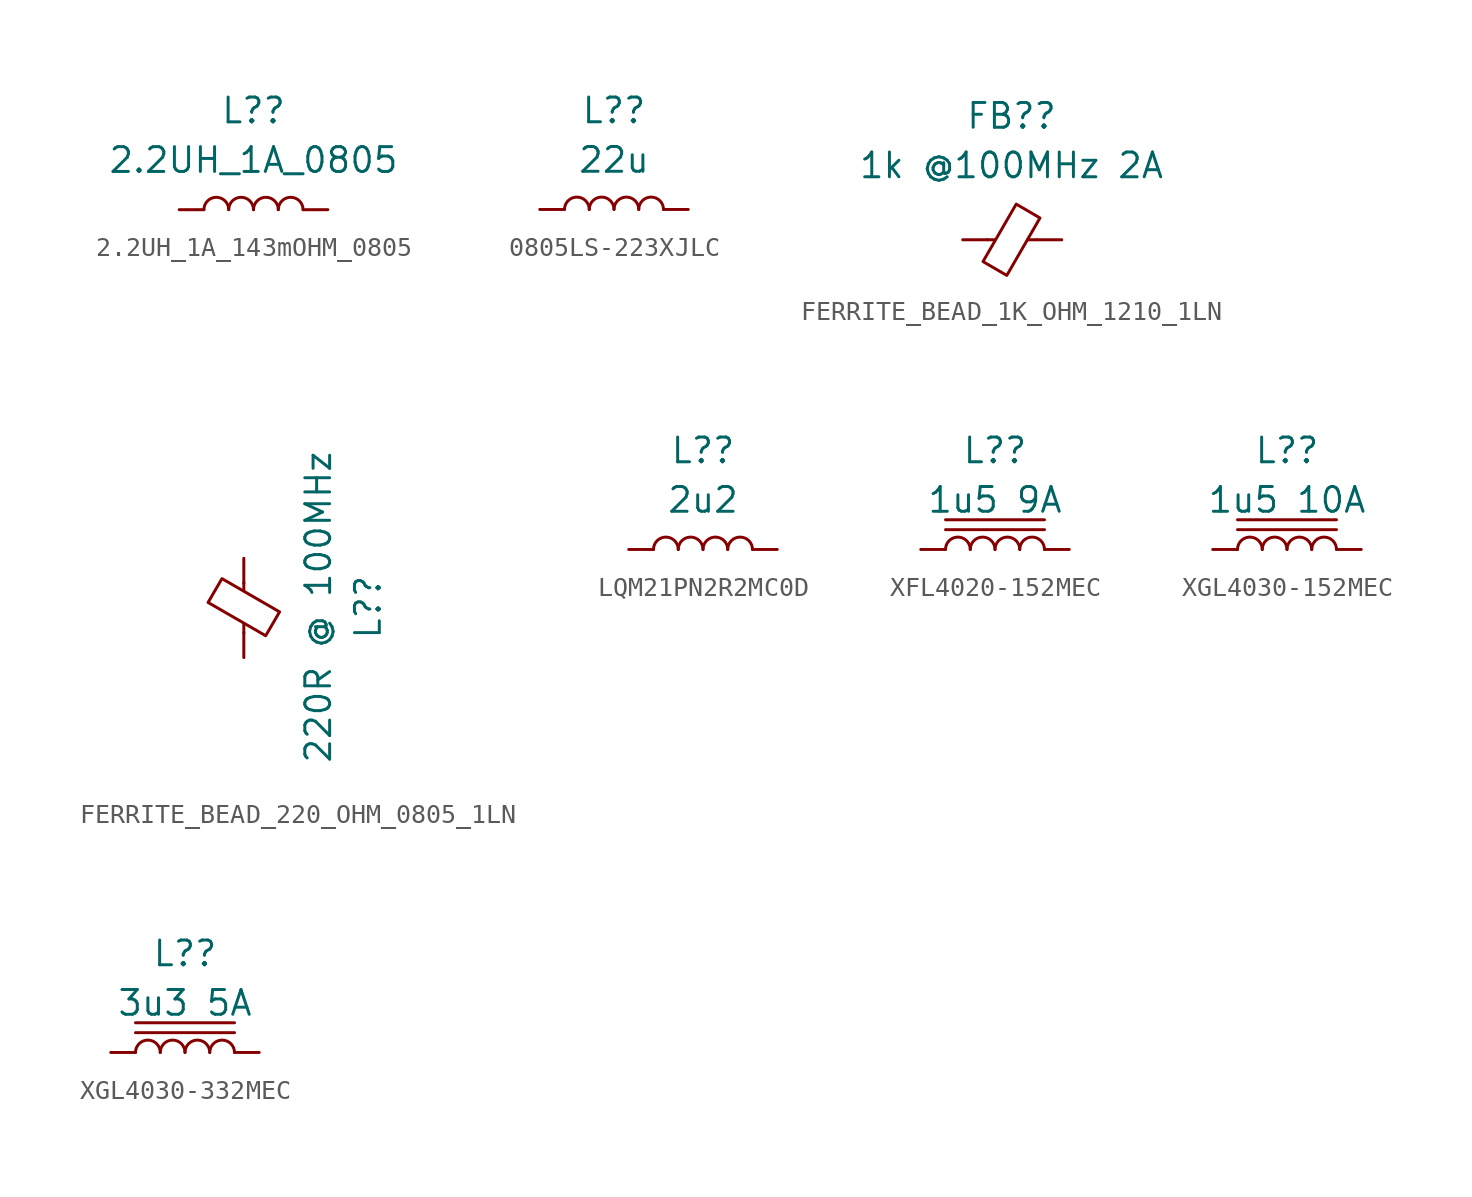
<source format=kicad_sym>
(kicad_symbol_lib
  (version 20220914)
  (generator kicad_symbol_editor)
  (symbol "2.2UH_1A_143mOHM_0805"
    (pin_numbers hide)
    (pin_names
      (offset 1.016) hide)
    (property "Reference" "L?"
      (at 0 5.08 0)
      (effects (font (size 1.27 1.27))))
    (property "Value" "2.2UH_1A_0805"
      (at 0 2.54 0)
      (effects (font (size 1.27 1.27))))
    (symbol "2.2UH_1A_143mOHM_0805_0_1"
      (arc (start -1.27 0) (mid -1.905 0.6323) (end -2.54 0) (stroke (width 0) (type default)) (fill (type none)))
      (arc (start 0 0) (mid -0.635 0.6323) (end -1.27 0) (stroke (width 0) (type default)) (fill (type none)))
      (arc (start 1.27 0) (mid 0.635 0.6323) (end 0 0) (stroke (width 0) (type default)) (fill (type none)))
      (arc (start 2.54 0) (mid 1.905 0.6323) (end 1.27 0) (stroke (width 0) (type default)) (fill (type none))))
    (symbol "2.2UH_1A_143mOHM_0805_1_1"
      (pin passive line (at -3.81 0 0) (length 1.27) (name "1" (effects (font (size 1.27 1.27)))) (number "1" (effects (font (size 1.27 1.27)))))
      (pin passive line (at 3.81 0 180) (length 1.27) (name "2" (effects (font (size 1.27 1.27)))) (number "2" (effects (font (size 1.27 1.27)))))))
  (symbol "0805LS-223XJLC"
    (pin_numbers hide)
    (pin_names
      (offset 1.016) hide)
    (property "Reference" "L?"
      (at 0 5.08 0)
      (effects (font (size 1.27 1.27))))
    (property "Value" "22u"
      (at 0 2.54 0)
      (effects (font (size 1.27 1.27))))
    (symbol "0805LS-223XJLC_0_1"
      (arc (start -1.27 0) (mid -1.905 0.6323) (end -2.54 0) (stroke (width 0) (type default)) (fill (type none)))
      (arc (start 0 0) (mid -0.635 0.6323) (end -1.27 0) (stroke (width 0) (type default)) (fill (type none)))
      (arc (start 1.27 0) (mid 0.635 0.6323) (end 0 0) (stroke (width 0) (type default)) (fill (type none)))
      (arc (start 2.54 0) (mid 1.905 0.6323) (end 1.27 0) (stroke (width 0) (type default)) (fill (type none))))
    (symbol "0805LS-223XJLC_1_1"
      (pin passive line (at -3.81 0 0) (length 1.27) (name "1" (effects (font (size 1.27 1.27)))) (number "1" (effects (font (size 1.27 1.27)))))
      (pin passive line (at 3.81 0 180) (length 1.27) (name "2" (effects (font (size 1.27 1.27)))) (number "2" (effects (font (size 1.27 1.27)))))))
  (symbol "FERRITE_BEAD_1K_OHM_1210_1LN"
    (pin_numbers hide)
    (pin_names
      (offset 0))
    (property "Reference" "FB?"
      (at -0.038 6.35 0)
      (effects (font (size 1.27 1.27))))
    (property "Value" "1k @100MHz 2A"
      (at -0.038 3.81 0)
      (effects (font (size 1.27 1.27))))
    (symbol "FERRITE_BEAD_1K_OHM_1210_1LN_0_1"
      (polyline (pts (xy -0.889 0) (xy -1.295 0)) (stroke (width 0) (type default)) (fill (type none)))
      (polyline (pts (xy 1.27 0) (xy 0.787 0)) (stroke (width 0) (type default)) (fill (type none)))
      (polyline (pts (xy -0.279 -1.829) (xy -1.499 -1.118) (xy 0.203 1.829) (xy 1.422 1.118) (xy -0.279 -1.829)) (stroke (width 0) (type default)) (fill (type none))))
    (symbol "FERRITE_BEAD_1K_OHM_1210_1LN_1_1"
      (pin passive line (at -2.54 0 0) (length 1.27) (name "~" (effects (font (size 1.27 1.27)))) (number "1" (effects (font (size 1.27 1.27)))))
      (pin passive line (at 2.54 0 180) (length 1.27) (name "~" (effects (font (size 1.27 1.27)))) (number "2" (effects (font (size 1.27 1.27)))))))
  (symbol "FERRITE_BEAD_220_OHM_0805_1LN"
    (pin_numbers hide)
    (pin_names
      (offset 0))
    (property "Reference" "L?"
      (at 6.35 0.038 90)
      (effects (font (size 1.27 1.27))))
    (property "Value" "220R @ 100MHz"
      (at 3.81 0.038 90)
      (effects (font (size 1.27 1.27))))
    (symbol "FERRITE_BEAD_220_OHM_0805_1LN_0_1"
      (polyline (pts (xy 0 -1.27) (xy 0 -0.787)) (stroke (width 0) (type default)) (fill (type none)))
      (polyline (pts (xy 0 0.889) (xy 0 1.295)) (stroke (width 0) (type default)) (fill (type none)))
      (polyline (pts (xy -1.829 0.279) (xy -1.118 1.499) (xy 1.829 -0.203) (xy 1.118 -1.422) (xy -1.829 0.279)) (stroke (width 0) (type default)) (fill (type none))))
    (symbol "FERRITE_BEAD_220_OHM_0805_1LN_1_1"
      (pin passive line (at 0 2.54 270) (length 1.27) (name "~" (effects (font (size 1.27 1.27)))) (number "1" (effects (font (size 1.27 1.27)))))
      (pin passive line (at 0 -2.54 90) (length 1.27) (name "~" (effects (font (size 1.27 1.27)))) (number "2" (effects (font (size 1.27 1.27)))))))
  (symbol "LQM21PN2R2MC0D"
    (pin_numbers hide)
    (pin_names
      (offset 1.016) hide)
    (property "Reference" "L?"
      (at 0 5.08 0)
      (effects (font (size 1.27 1.27))))
    (property "Value" "2u2"
      (at 0 2.54 0)
      (effects (font (size 1.27 1.27))))
    (symbol "LQM21PN2R2MC0D_0_1"
      (arc (start -1.27 0) (mid -1.905 0.6323) (end -2.54 0) (stroke (width 0) (type default)) (fill (type none)))
      (arc (start 0 0) (mid -0.635 0.6323) (end -1.27 0) (stroke (width 0) (type default)) (fill (type none)))
      (arc (start 1.27 0) (mid 0.635 0.6323) (end 0 0) (stroke (width 0) (type default)) (fill (type none)))
      (arc (start 2.54 0) (mid 1.905 0.6323) (end 1.27 0) (stroke (width 0) (type default)) (fill (type none))))
    (symbol "LQM21PN2R2MC0D_1_1"
      (pin passive line (at -3.81 0 0) (length 1.27) (name "1" (effects (font (size 1.27 1.27)))) (number "1" (effects (font (size 1.27 1.27)))))
      (pin passive line (at 3.81 0 180) (length 1.27) (name "2" (effects (font (size 1.27 1.27)))) (number "2" (effects (font (size 1.27 1.27)))))))
  (symbol "XFL4020-152MEC"
    (pin_numbers hide)
    (pin_names
      (offset 1.016) hide)
    (property "Reference" "L?"
      (at 0 5.08 0)
      (effects (font (size 1.27 1.27))))
    (property "Value" "1u5 9A"
      (at 0 2.54 0)
      (effects (font (size 1.27 1.27))))
    (symbol "XFL4020-152MEC_0_1"
      (arc (start -1.27 0) (mid -1.905 0.6323) (end -2.54 0) (stroke (width 0) (type default)) (fill (type none)))
      (arc (start 0 0) (mid -0.635 0.6323) (end -1.27 0) (stroke (width 0) (type default)) (fill (type none)))
      (polyline (pts (xy -2.54 1.016) (xy 2.54 1.016)) (stroke (width 0) (type default)) (fill (type none)))
      (polyline (pts (xy 2.54 1.524) (xy -2.54 1.524)) (stroke (width 0) (type default)) (fill (type none)))
      (arc (start 1.27 0) (mid 0.635 0.6323) (end 0 0) (stroke (width 0) (type default)) (fill (type none)))
      (arc (start 2.54 0) (mid 1.905 0.6323) (end 1.27 0) (stroke (width 0) (type default)) (fill (type none))))
    (symbol "XFL4020-152MEC_1_1"
      (pin passive line (at -3.81 0 0) (length 1.27) (name "1" (effects (font (size 1.27 1.27)))) (number "1" (effects (font (size 1.27 1.27)))))
      (pin passive line (at 3.81 0 180) (length 1.27) (name "2" (effects (font (size 1.27 1.27)))) (number "2" (effects (font (size 1.27 1.27)))))))
  (symbol "XGL4030-152MEC"
    (pin_numbers hide)
    (pin_names
      (offset 1.016) hide)
    (property "Reference" "L?"
      (at 0 5.08 0)
      (effects (font (size 1.27 1.27))))
    (property "Value" "1u5 10A"
      (at 0 2.54 0)
      (effects (font (size 1.27 1.27))))
    (symbol "XGL4030-152MEC_0_1"
      (arc (start -1.27 0) (mid -1.905 0.6323) (end -2.54 0) (stroke (width 0) (type default)) (fill (type none)))
      (arc (start 0 0) (mid -0.635 0.6323) (end -1.27 0) (stroke (width 0) (type default)) (fill (type none)))
      (polyline (pts (xy -2.54 1.016) (xy 2.54 1.016)) (stroke (width 0) (type default)) (fill (type none)))
      (polyline (pts (xy 2.54 1.524) (xy -2.54 1.524)) (stroke (width 0) (type default)) (fill (type none)))
      (arc (start 1.27 0) (mid 0.635 0.6323) (end 0 0) (stroke (width 0) (type default)) (fill (type none)))
      (arc (start 2.54 0) (mid 1.905 0.6323) (end 1.27 0) (stroke (width 0) (type default)) (fill (type none))))
    (symbol "XGL4030-152MEC_1_1"
      (pin passive line (at -3.81 0 0) (length 1.27) (name "1" (effects (font (size 1.27 1.27)))) (number "1" (effects (font (size 1.27 1.27)))))
      (pin passive line (at 3.81 0 180) (length 1.27) (name "2" (effects (font (size 1.27 1.27)))) (number "2" (effects (font (size 1.27 1.27)))))))
  (symbol "XGL4030-332MEC"
    (pin_numbers hide)
    (pin_names
      (offset 1.016) hide)
    (property "Reference" "L?"
      (at 0 5.08 0)
      (effects (font (size 1.27 1.27))))
    (property "Value" "3u3 5A"
      (at 0 2.54 0)
      (effects (font (size 1.27 1.27))))
    (symbol "XGL4030-332MEC_0_1"
      (arc (start -1.27 0) (mid -1.905 0.6323) (end -2.54 0) (stroke (width 0) (type default)) (fill (type none)))
      (arc (start 0 0) (mid -0.635 0.6323) (end -1.27 0) (stroke (width 0) (type default)) (fill (type none)))
      (polyline (pts (xy -2.54 1.016) (xy 2.54 1.016)) (stroke (width 0) (type default)) (fill (type none)))
      (polyline (pts (xy 2.54 1.524) (xy -2.54 1.524)) (stroke (width 0) (type default)) (fill (type none)))
      (arc (start 1.27 0) (mid 0.635 0.6323) (end 0 0) (stroke (width 0) (type default)) (fill (type none)))
      (arc (start 2.54 0) (mid 1.905 0.6323) (end 1.27 0) (stroke (width 0) (type default)) (fill (type none))))
    (symbol "XGL4030-332MEC_1_1"
      (pin passive line (at -3.81 0 0) (length 1.27) (name "1" (effects (font (size 1.27 1.27)))) (number "1" (effects (font (size 1.27 1.27)))))
      (pin passive line (at 3.81 0 180) (length 1.27) (name "2" (effects (font (size 1.27 1.27)))) (number "2" (effects (font (size 1.27 1.27))))))))
</source>
